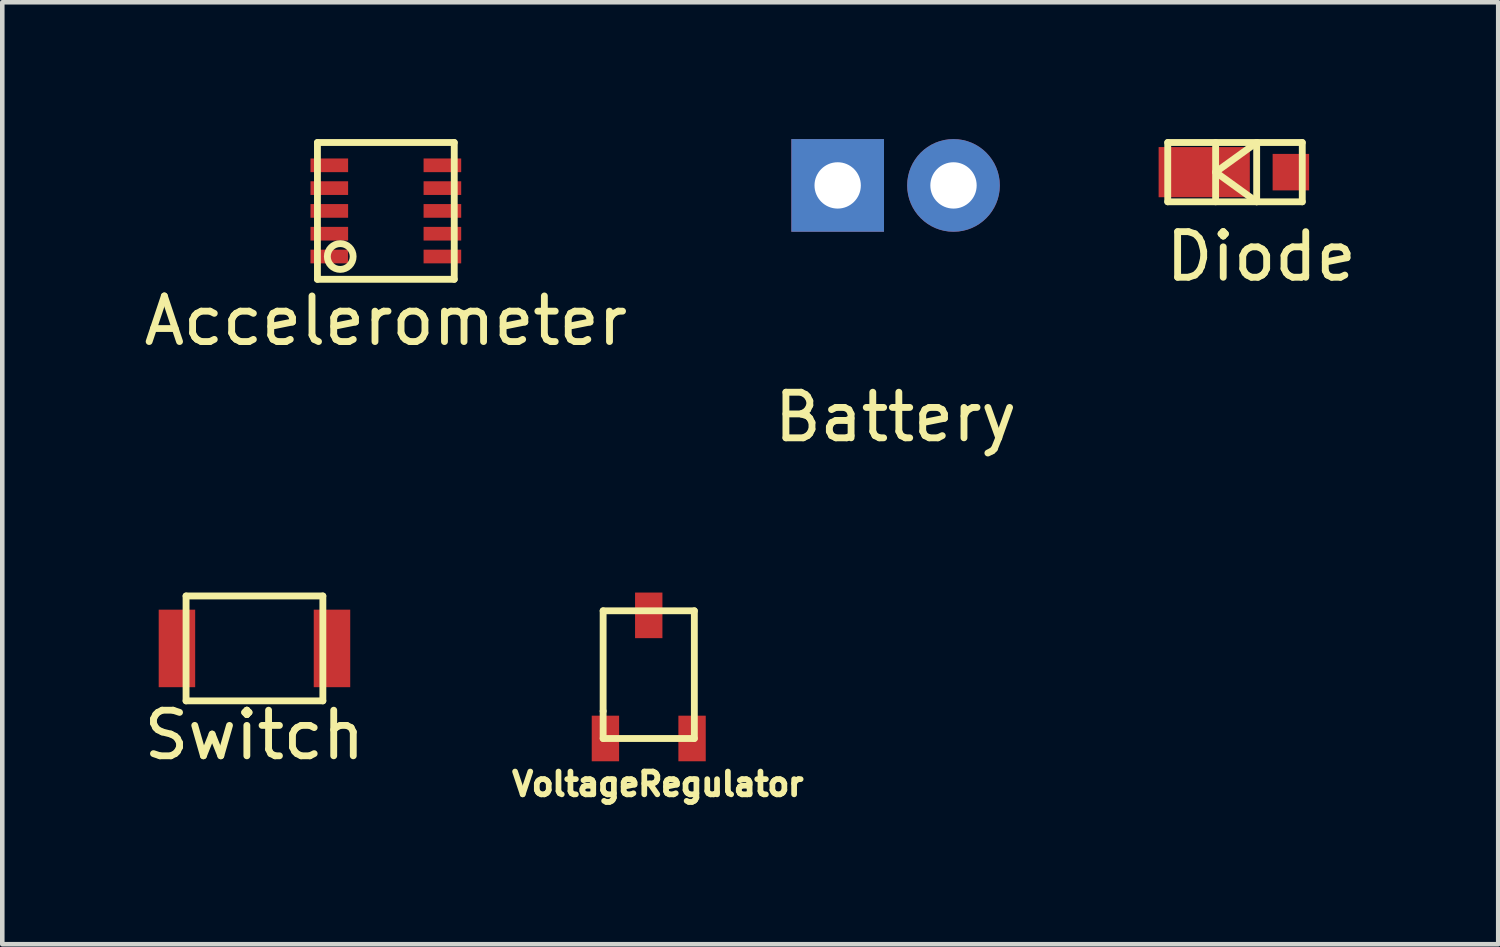
<source format=kicad_pcb>
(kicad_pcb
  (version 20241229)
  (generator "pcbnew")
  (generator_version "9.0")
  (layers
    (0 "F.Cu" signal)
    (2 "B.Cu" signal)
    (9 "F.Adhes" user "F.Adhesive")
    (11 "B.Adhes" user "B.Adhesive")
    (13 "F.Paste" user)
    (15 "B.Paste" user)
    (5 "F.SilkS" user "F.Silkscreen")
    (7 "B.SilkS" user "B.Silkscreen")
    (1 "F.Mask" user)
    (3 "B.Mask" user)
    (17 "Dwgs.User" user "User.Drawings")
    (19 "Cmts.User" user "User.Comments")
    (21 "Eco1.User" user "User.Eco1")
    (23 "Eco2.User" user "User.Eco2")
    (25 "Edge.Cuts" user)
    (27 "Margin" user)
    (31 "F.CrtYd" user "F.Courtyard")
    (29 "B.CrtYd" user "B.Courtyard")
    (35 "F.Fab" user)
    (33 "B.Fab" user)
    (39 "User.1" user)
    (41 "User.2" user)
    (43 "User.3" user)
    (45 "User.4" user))
  (footprint "Switch"
    (layer "F.Cu")
    (at 2.53 11.169)
    (property "Reference" "Switch" (at 0 1.9 0) (layer "F.SilkS") (effects (font (size 1 1) (thickness 0.15))))
    (attr through_hole)
    (fp_line (start -1.5 -1.15) (end -1.5 1.15) (stroke (width 0.15) (type solid)) (layer "F.SilkS"))
    (fp_line (start -1.5 1.15) (end 1.5 1.15) (stroke (width 0.15) (type solid)) (layer "F.SilkS"))
    (fp_line (start 1.5 -1.15) (end -1.5 -1.15) (stroke (width 0.15) (type solid)) (layer "F.SilkS"))
    (fp_line (start 1.5 1.15) (end 1.5 -1.15) (stroke (width 0.15) (type solid)) (layer "F.SilkS"))
    (pad "1" smd rect (at -1.7 0) (size 0.8 1.7) (layers "F.Cu" "F.Mask" "F.Paste"))
    (pad "2" smd rect (at 1.7 0) (size 0.8 1.7) (layers "F.Cu" "F.Mask" "F.Paste")))
  (footprint "Battery"
    (layer "F.Cu")
    (at 16.589 1.016)
    (property "Reference" "Battery" (at 0 5.08 0) (layer "F.SilkS") (effects (font (size 1 1) (thickness 0.15))))
    (attr through_hole)
    (pad "1" thru_hole rect (at -1.27 0) (size 2.032 2.032) (drill 1.016) (layers "*.Cu" "*.Mask"))
    (pad "2" thru_hole circle (at 1.27 0) (size 2.032 2.032) (drill 1.016) (layers "*.Cu" "*.Mask")))
  (footprint "Diode"
    (layer "F.Cu")
    (at 24.607 0.725)
    (property "Reference" "Diode" (at 0 1.85 0) (layer "F.SilkS") (effects (font (size 1 1) (thickness 0.15))))
    (attr through_hole)
    (fp_line (start -2.05 -0.65) (end -2.05 0.65) (stroke (width 0.15) (type solid)) (layer "F.SilkS"))
    (fp_line (start -2.05 0.65) (end 0.9 0.65) (stroke (width 0.15) (type solid)) (layer "F.SilkS"))
    (fp_line (start -1 -0.65) (end -1 0.65) (stroke (width 0.15) (type solid)) (layer "F.SilkS"))
    (fp_line (start -1 0) (end -0.1 -0.65) (stroke (width 0.15) (type solid)) (layer "F.SilkS"))
    (fp_line (start -0.1 -0.65) (end -0.1 0.65) (stroke (width 0.15) (type solid)) (layer "F.SilkS"))
    (fp_line (start -0.1 0.65) (end -1 0) (stroke (width 0.15) (type solid)) (layer "F.SilkS"))
    (fp_line (start 0.9 -0.65) (end -2.05 -0.65) (stroke (width 0.15) (type solid)) (layer "F.SilkS"))
    (fp_line (start 0.9 0.65) (end 0.9 -0.65) (stroke (width 0.15) (type solid)) (layer "F.SilkS"))
    (pad "1" smd rect (at 0.65 0) (size 0.8 0.8) (layers "F.Cu" "F.Mask" "F.Paste"))
    (pad "2" smd rect (at -1.25 0) (size 2 1.1) (layers "F.Cu" "F.Mask" "F.Paste")))
  (footprint "VoltageRegulator"
    (layer "F.Cu")
    (at 11.176 13.144)
    (property "Reference" "VoltageRegulator" (at 0.2 1 0) (layer "F.SilkS") (effects (font (size 0.5 0.5) (thickness 0.125))))
    (attr through_hole)
    (fp_line (start -1 -2.8) (end 1 -2.8) (stroke (width 0.15) (type solid)) (layer "F.SilkS"))
    (fp_line (start -1 -0.6) (end -1 -2.8) (stroke (width 0.15) (type solid)) (layer "F.SilkS"))
    (fp_line (start -1 0) (end -1 -0.6) (stroke (width 0.15) (type solid)) (layer "F.SilkS"))
    (fp_line (start 1 -2.8) (end 1 0) (stroke (width 0.15) (type solid)) (layer "F.SilkS"))
    (fp_line (start 1 0) (end -1 0) (stroke (width 0.15) (type solid)) (layer "F.SilkS"))
    (pad "1" smd rect (at -0.95 0) (size 0.6 1) (layers "F.Cu" "F.Mask" "F.Paste"))
    (pad "2" smd rect (at 0.95 0) (size 0.6 1) (layers "F.Cu" "F.Mask" "F.Paste"))
    (pad "3" smd rect (at 0 -2.7) (size 0.6 1) (layers "F.Cu" "F.Mask" "F.Paste")))
  (footprint "Accelerometer"
    (layer "F.Cu")
    (at 5.411 1.575)
    (property "Reference" "Accelerometer" (at 0 2.41 0) (layer "F.SilkS") (effects (font (size 1 1) (thickness 0.15))))
    (attr through_hole)
    (fp_line (start -1.5 -1.5) (end -1.5 1.5) (stroke (width 0.15) (type solid)) (layer "F.SilkS"))
    (fp_line (start -1.5 1.5) (end 1.5 1.5) (stroke (width 0.15) (type solid)) (layer "F.SilkS"))
    (fp_line (start 1.5 -1.5) (end -1.5 -1.5) (stroke (width 0.15) (type solid)) (layer "F.SilkS"))
    (fp_line (start 1.5 1.5) (end 1.5 -1.5) (stroke (width 0.15) (type solid)) (layer "F.SilkS"))
    (fp_circle (center -1 1) (end -0.8 0.8) (stroke (width 0.15) (type solid)) (fill no) (layer "F.SilkS"))
    (pad "1" smd rect (at -1.24 1) (size 0.825 0.3) (layers "F.Cu" "F.Mask" "F.Paste"))
    (pad "2" smd rect (at -1.24 0.5) (size 0.825 0.3) (layers "F.Cu" "F.Mask" "F.Paste"))
    (pad "3" smd rect (at -1.24 0) (size 0.825 0.3) (layers "F.Cu" "F.Mask" "F.Paste"))
    (pad "4" smd rect (at -1.24 -0.5) (size 0.825 0.3) (layers "F.Cu" "F.Mask" "F.Paste"))
    (pad "5" smd rect (at -1.24 -1) (size 0.825 0.3) (layers "F.Cu" "F.Mask" "F.Paste"))
    (pad "6" smd rect (at 1.24 -1) (size 0.825 0.3) (layers "F.Cu" "F.Mask" "F.Paste"))
    (pad "7" smd rect (at 1.24 -0.5) (size 0.825 0.3) (layers "F.Cu" "F.Mask" "F.Paste"))
    (pad "8" smd rect (at 1.24 0) (size 0.825 0.3) (layers "F.Cu" "F.Mask" "F.Paste"))
    (pad "9" smd rect (at 1.24 0.5) (size 0.825 0.3) (layers "F.Cu" "F.Mask" "F.Paste"))
    (pad "10" smd rect (at 1.24 1) (size 0.825 0.3) (layers "F.Cu" "F.Mask" "F.Paste")))
  (gr_rect
    (start -3 -3)
    (end 29.804 17.656)
    (stroke (width 0.1) (type default))
    (fill no)
    (layer "Edge.Cuts")))
</source>
